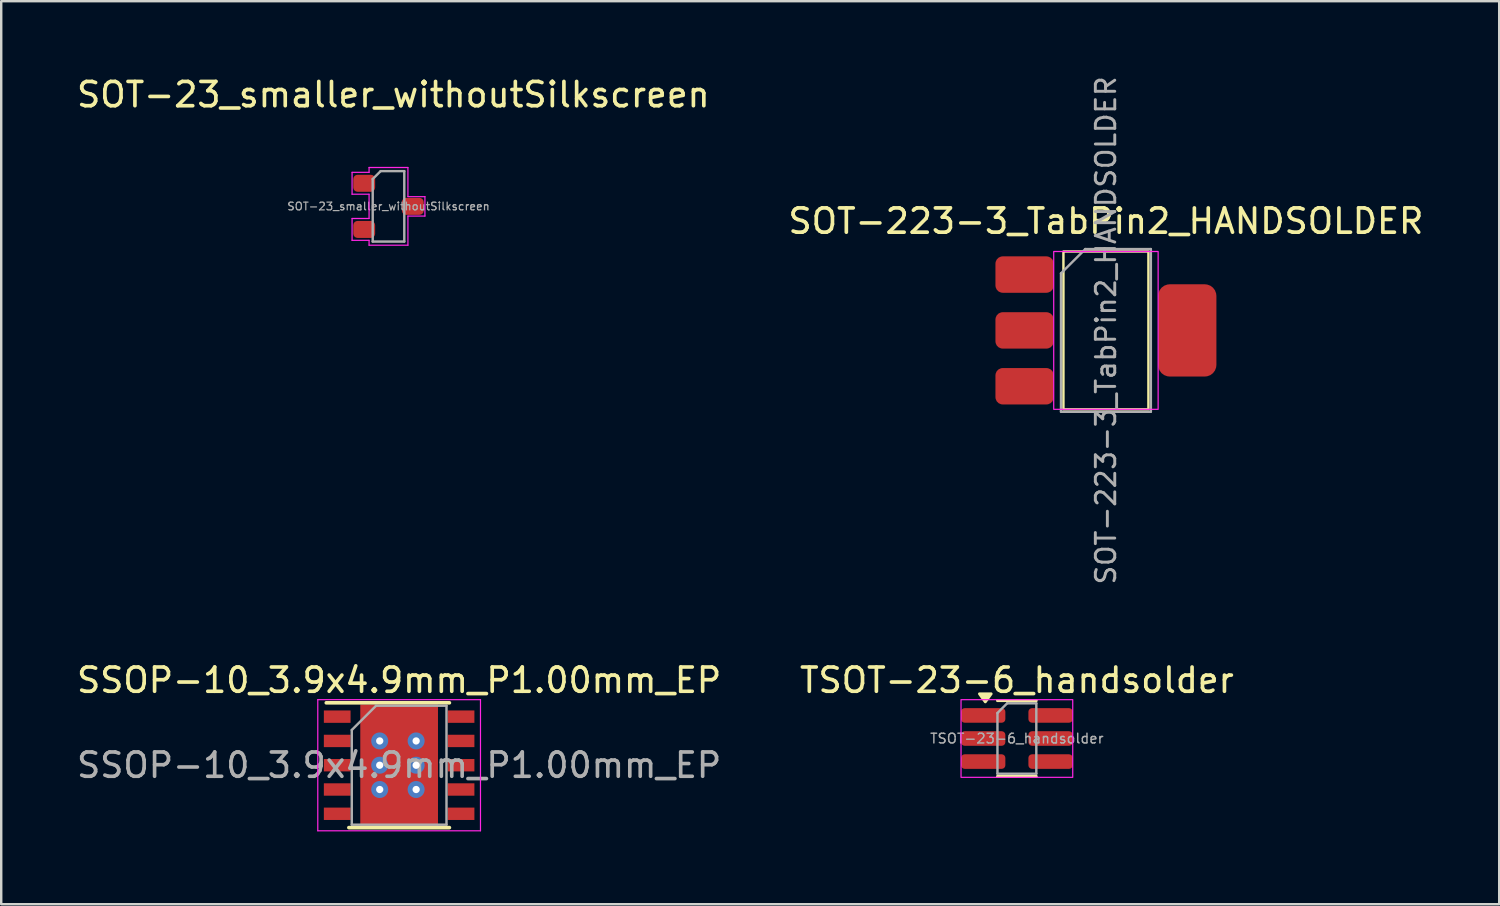
<source format=kicad_pcb>
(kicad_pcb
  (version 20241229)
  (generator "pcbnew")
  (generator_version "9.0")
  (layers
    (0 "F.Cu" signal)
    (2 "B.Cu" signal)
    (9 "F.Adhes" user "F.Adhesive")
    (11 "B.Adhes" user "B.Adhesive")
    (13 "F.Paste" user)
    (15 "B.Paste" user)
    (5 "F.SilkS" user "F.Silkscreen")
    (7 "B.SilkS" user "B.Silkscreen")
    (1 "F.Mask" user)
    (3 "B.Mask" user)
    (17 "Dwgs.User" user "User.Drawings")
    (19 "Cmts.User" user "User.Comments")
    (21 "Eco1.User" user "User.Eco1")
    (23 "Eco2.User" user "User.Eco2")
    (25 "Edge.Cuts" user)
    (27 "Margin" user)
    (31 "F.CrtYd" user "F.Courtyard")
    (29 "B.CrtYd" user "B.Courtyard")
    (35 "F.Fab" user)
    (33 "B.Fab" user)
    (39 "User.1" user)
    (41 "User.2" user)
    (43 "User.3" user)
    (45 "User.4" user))
  (footprint "TSOT-23-6_handsolder"
    (layer "F.Cu")
    (at 38.827 27.363)
    (property "Reference" "TSOT-23-6_handsolder" (at 0 -2.4 0) (layer "F.SilkS") (effects (font (size 1 1) (thickness 0.15))))
    (attr smd)
    (fp_line (start 0 -1.56) (end -0.8 -1.56) (stroke (width 0.12) (type solid)) (layer "F.SilkS"))
    (fp_line (start 0 -1.56) (end 0.8 -1.56) (stroke (width 0.12) (type solid)) (layer "F.SilkS"))
    (fp_line (start 0 1.56) (end -0.8 1.56) (stroke (width 0.12) (type solid)) (layer "F.SilkS"))
    (fp_line (start 0 1.56) (end 0.8 1.56) (stroke (width 0.12) (type solid)) (layer "F.SilkS"))
    (fp_poly (pts (xy -1.3 -1.51) (xy -1.54 -1.84) (xy -1.06 -1.84) (xy -1.3 -1.51)) (stroke (width 0.12) (type solid)) (fill yes) (layer "F.SilkS"))
    (fp_rect (start -2.3 -1.6) (end 2.3 1.6) (stroke (width 0.05) (type default)) (fill no) (layer "F.CrtYd"))
    (fp_line (start -0.8 -1.05) (end -0.4 -1.45) (stroke (width 0.1) (type solid)) (layer "F.Fab"))
    (fp_line (start -0.8 1.45) (end -0.8 -1.05) (stroke (width 0.1) (type solid)) (layer "F.Fab"))
    (fp_line (start -0.4 -1.45) (end 0.8 -1.45) (stroke (width 0.1) (type solid)) (layer "F.Fab"))
    (fp_line (start 0.8 -1.45) (end 0.8 1.45) (stroke (width 0.1) (type solid)) (layer "F.Fab"))
    (fp_line (start 0.8 1.45) (end -0.8 1.45) (stroke (width 0.1) (type solid)) (layer "F.Fab"))
    (fp_text user "${REFERENCE}" (at 0 0 0) (layer "F.Fab") (effects (font (size 0.4 0.4) (thickness 0.06))))
    (pad "1" smd roundrect (at -1.387 -0.95) (size 1.825 0.6) (layers "F.Cu" "F.Mask" "F.Paste") (roundrect_rratio 0.25))
    (pad "2" smd roundrect (at -1.387 0) (size 1.825 0.6) (layers "F.Cu" "F.Mask" "F.Paste") (roundrect_rratio 0.25))
    (pad "3" smd roundrect (at -1.387 0.95) (size 1.825 0.6) (layers "F.Cu" "F.Mask" "F.Paste") (roundrect_rratio 0.25))
    (pad "4" smd roundrect (at 1.387 0.95) (size 1.825 0.6) (layers "F.Cu" "F.Mask" "F.Paste") (roundrect_rratio 0.25))
    (pad "5" smd roundrect (at 1.387 0) (size 1.825 0.6) (layers "F.Cu" "F.Mask" "F.Paste") (roundrect_rratio 0.25))
    (pad "6" smd roundrect (at 1.387 -0.95) (size 1.825 0.6) (layers "F.Cu" "F.Mask" "F.Paste") (roundrect_rratio 0.25)))
  (footprint "SSOP-10_3.9x4.9mm_P1.00mm_EP"
    (layer "F.Cu")
    (at 13.387 28.463)
    (property "Reference" "SSOP-10_3.9x4.9mm_P1.00mm_EP" (at 0 -3.5 0) (layer "F.SilkS") (effects (font (size 1 1) (thickness 0.15))))
    (attr smd)
    (fp_line (start -3 -2.57) (end 2.07 -2.57) (stroke (width 0.15) (type solid)) (layer "F.SilkS"))
    (fp_line (start -2.07 2.57) (end 2.07 2.57) (stroke (width 0.15) (type solid)) (layer "F.SilkS"))
    (fp_line (start -3.35 -2.7) (end -3.35 2.7) (stroke (width 0.05) (type solid)) (layer "F.CrtYd"))
    (fp_line (start -3.35 -2.7) (end 3.35 -2.7) (stroke (width 0.05) (type solid)) (layer "F.CrtYd"))
    (fp_line (start -3.35 2.7) (end 3.35 2.7) (stroke (width 0.05) (type solid)) (layer "F.CrtYd"))
    (fp_line (start 3.35 -2.7) (end 3.35 2.7) (stroke (width 0.05) (type solid)) (layer "F.CrtYd"))
    (fp_line (start -1.95 -1.45) (end -0.95 -2.45) (stroke (width 0.1) (type solid)) (layer "F.Fab"))
    (fp_line (start -1.95 2.45) (end -1.95 -1.45) (stroke (width 0.1) (type solid)) (layer "F.Fab"))
    (fp_line (start -0.95 -2.45) (end 1.95 -2.45) (stroke (width 0.1) (type solid)) (layer "F.Fab"))
    (fp_line (start 1.95 -2.45) (end 1.95 2.45) (stroke (width 0.1) (type solid)) (layer "F.Fab"))
    (fp_line (start 1.95 2.45) (end -1.95 2.45) (stroke (width 0.1) (type solid)) (layer "F.Fab"))
    (fp_text user "${REFERENCE}" (at 0 0 0) (layer "F.Fab") (effects (font (size 1 1) (thickness 0.15))))
    (pad "1" smd rect (at -2.55 -2) (size 1.1 0.51) (layers "F.Cu" "F.Mask" "F.Paste"))
    (pad "2" smd rect (at -2.55 -1) (size 1.1 0.51) (layers "F.Cu" "F.Mask" "F.Paste"))
    (pad "3" smd rect (at -2.55 0) (size 1.1 0.51) (layers "F.Cu" "F.Mask" "F.Paste"))
    (pad "4" smd rect (at -2.55 1) (size 1.1 0.51) (layers "F.Cu" "F.Mask" "F.Paste"))
    (pad "5" smd rect (at -2.55 2) (size 1.1 0.51) (layers "F.Cu" "F.Mask" "F.Paste"))
    (pad "6" smd rect (at 2.55 2) (size 1.1 0.51) (layers "F.Cu" "F.Mask" "F.Paste"))
    (pad "7" smd rect (at 2.55 1) (size 1.1 0.51) (layers "F.Cu" "F.Mask" "F.Paste"))
    (pad "8" smd rect (at 2.55 0) (size 1.1 0.51) (layers "F.Cu" "F.Mask" "F.Paste"))
    (pad "9" smd rect (at 2.55 -1) (size 1.1 0.51) (layers "F.Cu" "F.Mask" "F.Paste"))
    (pad "10" smd rect (at 2.55 -2) (size 1.1 0.51) (layers "F.Cu" "F.Mask" "F.Paste"))
    (pad "11" thru_hole circle (at -0.8 -1) (size 0.7 0.7) (drill 0.3) (layers "*.Cu"))
    (pad "11" thru_hole circle (at -0.8 0) (size 0.7 0.7) (drill 0.3) (layers "*.Cu"))
    (pad "11" thru_hole circle (at -0.8 1) (size 0.7 0.7) (drill 0.3) (layers "*.Cu"))
    (pad "11" smd rect (at 0 0) (size 3 3) (layers "F.Cu" "F.Mask" "F.Paste"))
    (pad "11" smd rect (at 0 0) (size 3.2 5) (layers "F.Cu"))
    (pad "11" thru_hole circle (at 0.7 -1) (size 0.7 0.7) (drill 0.3) (layers "*.Cu"))
    (pad "11" thru_hole circle (at 0.7 0) (size 0.7 0.7) (drill 0.3) (layers "*.Cu"))
    (pad "11" thru_hole circle (at 0.7 1) (size 0.7 0.7) (drill 0.3) (layers "*.Cu")))
  (footprint "SOT-23_smaller_withoutSilkscreen"
    (layer "F.Cu")
    (at 12.949 5.448)
    (property "Reference" "SOT-23_smaller_withoutSilkscreen" (at 0.2 -4.6 0) (layer "F.SilkS") (effects (font (size 1 1) (thickness 0.15))))
    (attr smd)
    (fp_line (start -1.5 -1.4) (end -1.5 -0.5) (stroke (width 0.05) (type solid)) (layer "F.CrtYd"))
    (fp_line (start -1.5 -1.4) (end -0.8 -1.4) (stroke (width 0.05) (type solid)) (layer "F.CrtYd"))
    (fp_line (start -1.5 -0.5) (end -0.8 -0.5) (stroke (width 0.05) (type solid)) (layer "F.CrtYd"))
    (fp_line (start -1.5 1.4) (end -1.5 0.5) (stroke (width 0.05) (type solid)) (layer "F.CrtYd"))
    (fp_line (start -0.8 -1.4) (end -0.8 -1.6) (stroke (width 0.05) (type solid)) (layer "F.CrtYd"))
    (fp_line (start -0.8 -0.5) (end -0.8 0.5) (stroke (width 0.05) (type solid)) (layer "F.CrtYd"))
    (fp_line (start -0.8 0.5) (end -1.5 0.5) (stroke (width 0.05) (type solid)) (layer "F.CrtYd"))
    (fp_line (start -0.8 1.4) (end -1.5 1.4) (stroke (width 0.05) (type solid)) (layer "F.CrtYd"))
    (fp_line (start -0.8 1.6) (end -0.8 1.4) (stroke (width 0.05) (type solid)) (layer "F.CrtYd"))
    (fp_line (start -0.8 1.6) (end 0.8 1.6) (stroke (width 0.05) (type solid)) (layer "F.CrtYd"))
    (fp_line (start 0.8 -1.6) (end -0.8 -1.6) (stroke (width 0.05) (type solid)) (layer "F.CrtYd"))
    (fp_line (start 0.8 -1.6) (end 0.8 -0.4) (stroke (width 0.05) (type solid)) (layer "F.CrtYd"))
    (fp_line (start 0.8 -0.4) (end 1.5 -0.4) (stroke (width 0.05) (type solid)) (layer "F.CrtYd"))
    (fp_line (start 0.8 0.4) (end 1.5 0.4) (stroke (width 0.05) (type solid)) (layer "F.CrtYd"))
    (fp_line (start 0.8 1.6) (end 0.8 0.4) (stroke (width 0.05) (type solid)) (layer "F.CrtYd"))
    (fp_line (start 1.5 0.4) (end 1.5 -0.4) (stroke (width 0.05) (type solid)) (layer "F.CrtYd"))
    (fp_line (start -0.65 -1.125) (end -0.325 -1.45) (stroke (width 0.1) (type solid)) (layer "F.Fab"))
    (fp_line (start -0.65 1.45) (end -0.65 -1.125) (stroke (width 0.1) (type solid)) (layer "F.Fab"))
    (fp_line (start -0.325 -1.45) (end 0.65 -1.45) (stroke (width 0.1) (type solid)) (layer "F.Fab"))
    (fp_line (start 0.65 -1.45) (end 0.65 1.45) (stroke (width 0.1) (type solid)) (layer "F.Fab"))
    (fp_line (start 0.65 1.45) (end -0.65 1.45) (stroke (width 0.1) (type solid)) (layer "F.Fab"))
    (fp_text user "${REFERENCE}" (at 0 0 0) (layer "F.Fab") (effects (font (size 0.32 0.32) (thickness 0.05))))
    (pad "1" smd roundrect (at -1 -0.95) (size 0.9 0.7) (layers "F.Cu" "F.Mask" "F.Paste") (roundrect_rratio 0.25))
    (pad "2" smd roundrect (at -1 0.95) (size 0.9 0.7) (layers "F.Cu" "F.Mask" "F.Paste") (roundrect_rratio 0.25))
    (pad "3" smd roundrect (at 1 0) (size 0.9 0.7) (layers "F.Cu" "F.Mask" "F.Paste") (roundrect_rratio 0.25)))
  (footprint "SOT-223-3_TabPin2_HANDSOLDER"
    (layer "F.Cu")
    (at 42.494 10.557)
    (property "Reference" "SOT-223-3_TabPin2_HANDSOLDER" (at 0 -4.5 0) (layer "F.SilkS") (effects (font (size 1 1) (thickness 0.15))))
    (attr smd)
    (fp_rect (start -1.75 -3.25) (end 1.75 3.25) (stroke (width 0.1) (type default)) (fill no) (layer "F.SilkS"))
    (fp_rect (start -2.15 -3.25) (end 2.15 3.25) (stroke (width 0.05) (type default)) (fill no) (layer "F.CrtYd"))
    (fp_line (start -1.85 -2.35) (end -1.85 3.35) (stroke (width 0.1) (type solid)) (layer "F.Fab"))
    (fp_line (start -1.85 -2.35) (end -0.85 -3.35) (stroke (width 0.1) (type solid)) (layer "F.Fab"))
    (fp_line (start -1.85 3.35) (end 1.85 3.35) (stroke (width 0.1) (type solid)) (layer "F.Fab"))
    (fp_line (start -0.85 -3.35) (end 1.85 -3.35) (stroke (width 0.1) (type solid)) (layer "F.Fab"))
    (fp_line (start 1.85 -3.35) (end 1.85 3.35) (stroke (width 0.1) (type solid)) (layer "F.Fab"))
    (fp_text user "${REFERENCE}" (at 0 0 90) (layer "F.Fab") (effects (font (size 0.8 0.8) (thickness 0.12))))
    (pad "1" smd roundrect (at -3.35 -2.3) (size 2.4 1.5) (layers "F.Cu" "F.Mask" "F.Paste") (roundrect_rratio 0.2))
    (pad "2" smd roundrect (at -3.35 0) (size 2.4 1.5) (layers "F.Cu" "F.Mask" "F.Paste") (roundrect_rratio 0.2))
    (pad "2" smd roundrect (at 3.35 0) (size 2.4 3.8) (layers "F.Cu" "F.Mask" "F.Paste") (roundrect_rratio 0.2))
    (pad "3" smd roundrect (at -3.35 2.3) (size 2.4 1.5) (layers "F.Cu" "F.Mask" "F.Paste") (roundrect_rratio 0.2)))
  (gr_rect
    (start -3 -3)
    (end 58.69 34.188)
    (stroke (width 0.1) (type default))
    (fill no)
    (layer "Edge.Cuts")))
</source>
